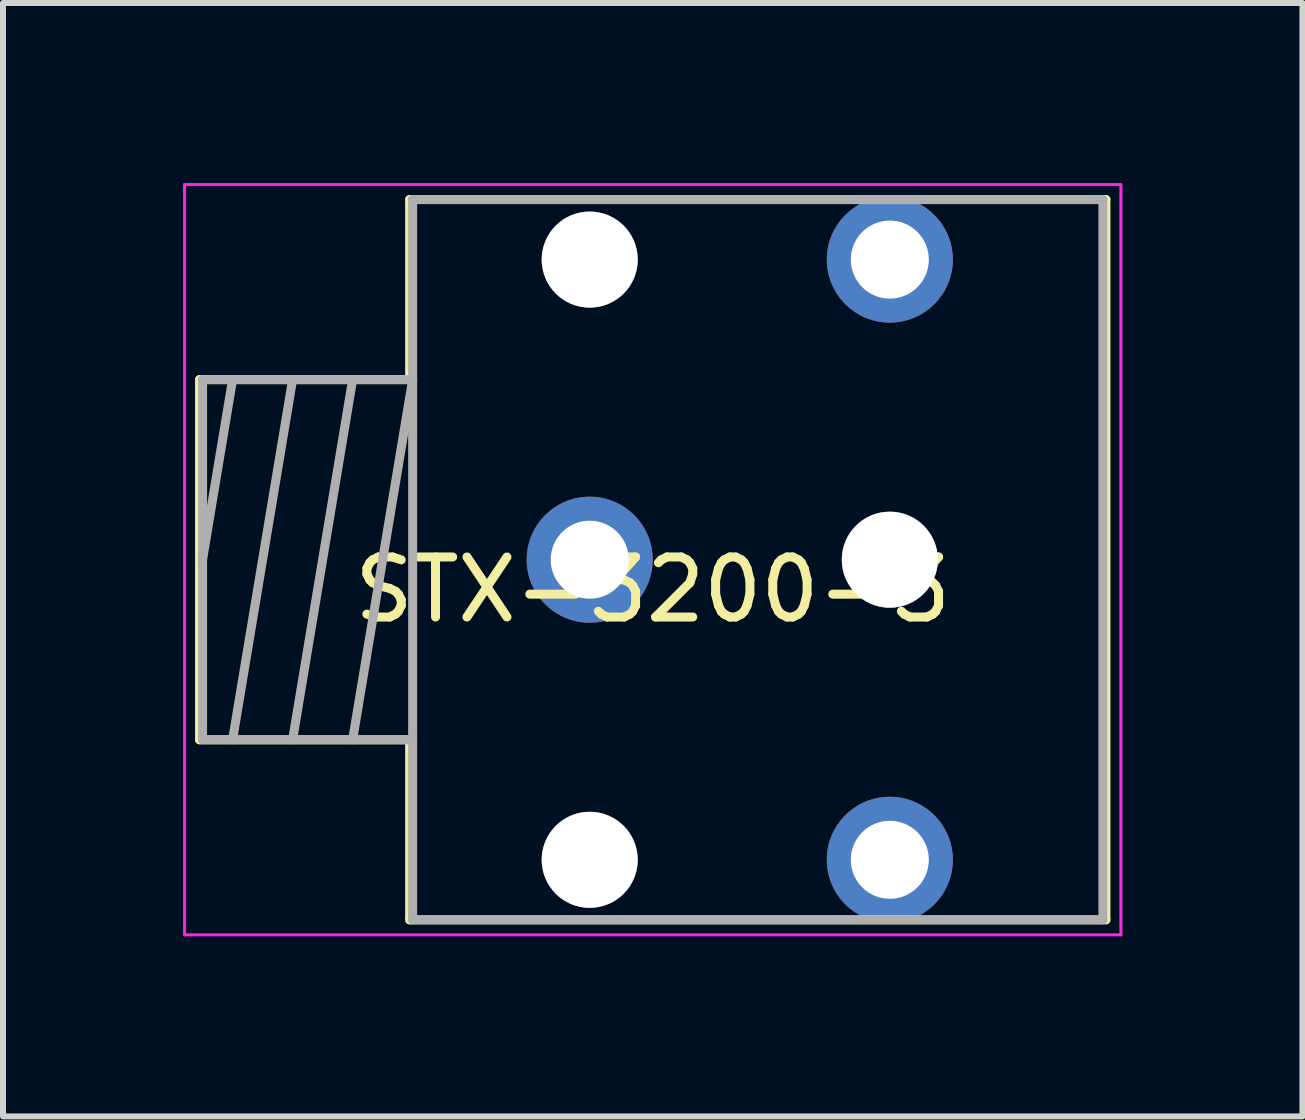
<source format=kicad_pcb>
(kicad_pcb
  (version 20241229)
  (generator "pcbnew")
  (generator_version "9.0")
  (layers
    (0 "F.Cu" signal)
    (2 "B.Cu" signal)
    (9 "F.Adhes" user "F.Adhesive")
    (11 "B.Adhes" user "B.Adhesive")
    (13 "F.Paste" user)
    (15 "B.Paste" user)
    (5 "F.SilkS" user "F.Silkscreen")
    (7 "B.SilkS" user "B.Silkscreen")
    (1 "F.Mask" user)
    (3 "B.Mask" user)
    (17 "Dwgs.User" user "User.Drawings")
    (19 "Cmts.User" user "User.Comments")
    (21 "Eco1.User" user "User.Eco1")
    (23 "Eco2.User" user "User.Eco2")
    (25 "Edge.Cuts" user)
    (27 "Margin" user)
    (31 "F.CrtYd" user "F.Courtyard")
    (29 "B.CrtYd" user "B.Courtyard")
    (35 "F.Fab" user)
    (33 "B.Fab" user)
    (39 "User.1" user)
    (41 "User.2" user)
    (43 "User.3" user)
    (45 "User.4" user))
  (footprint "STX-3200-3"
    (layer "F.Cu")
    (at 7.825 6.275)
    (property "Reference" "STX-3200-3" (at 0 0.5 0) (layer "F.SilkS") (effects (font (size 1 1) (thickness 0.15))))
    (attr through_hole)
    (fp_line (start -7.55 -3) (end -7.55 3) (stroke (width 0.15) (type solid)) (layer "F.SilkS"))
    (fp_line (start -7.55 -3) (end -4.05 -3) (stroke (width 0.15) (type solid)) (layer "F.SilkS"))
    (fp_line (start -7.55 3) (end -4.05 3) (stroke (width 0.15) (type solid)) (layer "F.SilkS"))
    (fp_line (start -4.05 -6) (end -4.05 -3) (stroke (width 0.15) (type solid)) (layer "F.SilkS"))
    (fp_line (start -4.05 -6) (end 7.55 -6) (stroke (width 0.15) (type solid)) (layer "F.SilkS"))
    (fp_line (start -4.05 3) (end -4.05 6) (stroke (width 0.15) (type solid)) (layer "F.SilkS"))
    (fp_line (start -4.05 6) (end 7.55 6) (stroke (width 0.15) (type solid)) (layer "F.SilkS"))
    (fp_line (start 7.55 -6) (end 7.55 6) (stroke (width 0.15) (type solid)) (layer "F.SilkS"))
    (fp_line (start -7.8 -6.25) (end 7.8 -6.25) (stroke (width 0.05) (type solid)) (layer "F.CrtYd"))
    (fp_line (start -7.8 6.25) (end -7.8 -6.25) (stroke (width 0.05) (type solid)) (layer "F.CrtYd"))
    (fp_line (start 7.8 -6.25) (end 7.8 6.25) (stroke (width 0.05) (type solid)) (layer "F.CrtYd"))
    (fp_line (start 7.8 6.25) (end -7.8 6.25) (stroke (width 0.05) (type solid)) (layer "F.CrtYd"))
    (fp_line (start -7.5 -3) (end -4 -3) (stroke (width 0.15) (type solid)) (layer "F.Fab"))
    (fp_line (start -7.5 3) (end -7.5 -3) (stroke (width 0.15) (type solid)) (layer "F.Fab"))
    (fp_line (start -7 -3) (end -7.5 0) (stroke (width 0.15) (type solid)) (layer "F.Fab"))
    (fp_line (start -6 -3) (end -7 3) (stroke (width 0.15) (type solid)) (layer "F.Fab"))
    (fp_line (start -5 -3) (end -6 3) (stroke (width 0.15) (type solid)) (layer "F.Fab"))
    (fp_line (start -4 -6) (end 7.5 -6) (stroke (width 0.15) (type solid)) (layer "F.Fab"))
    (fp_line (start -4 -3) (end -5 3) (stroke (width 0.15) (type solid)) (layer "F.Fab"))
    (fp_line (start -4 3) (end -7.5 3) (stroke (width 0.15) (type solid)) (layer "F.Fab"))
    (fp_line (start -4 6) (end -4 -6) (stroke (width 0.15) (type solid)) (layer "F.Fab"))
    (fp_line (start 7.5 -6) (end 7.5 6) (stroke (width 0.15) (type solid)) (layer "F.Fab"))
    (fp_line (start 7.5 6) (end -4 6) (stroke (width 0.15) (type solid)) (layer "F.Fab"))
    (pad "0" thru_hole circle (at -1.05 -5) (size 1.6 1.6) (drill 1.6) (layers "*.Cu" "*.Mask"))
    (pad "0" thru_hole circle (at -1.05 5) (size 1.6 1.6) (drill 1.6) (layers "*.Cu" "*.Mask"))
    (pad "0" thru_hole circle (at 3.95 0) (size 1.6 1.6) (drill 1.6) (layers "*.Cu" "*.Mask"))
    (pad "1" thru_hole circle (at 3.95 5) (size 2.1 2.1) (drill 1.3) (layers "*.Cu" "*.Mask"))
    (pad "2" thru_hole circle (at 3.95 -5) (size 2.1 2.1) (drill 1.3) (layers "*.Cu" "*.Mask"))
    (pad "3" thru_hole circle (at -1.05 0) (size 2.1 2.1) (drill 1.3) (layers "*.Cu" "*.Mask")))
  (gr_rect
    (start -3 -3)
    (end 18.65 15.55)
    (stroke (width 0.1) (type default))
    (fill no)
    (layer "Edge.Cuts")))
</source>
